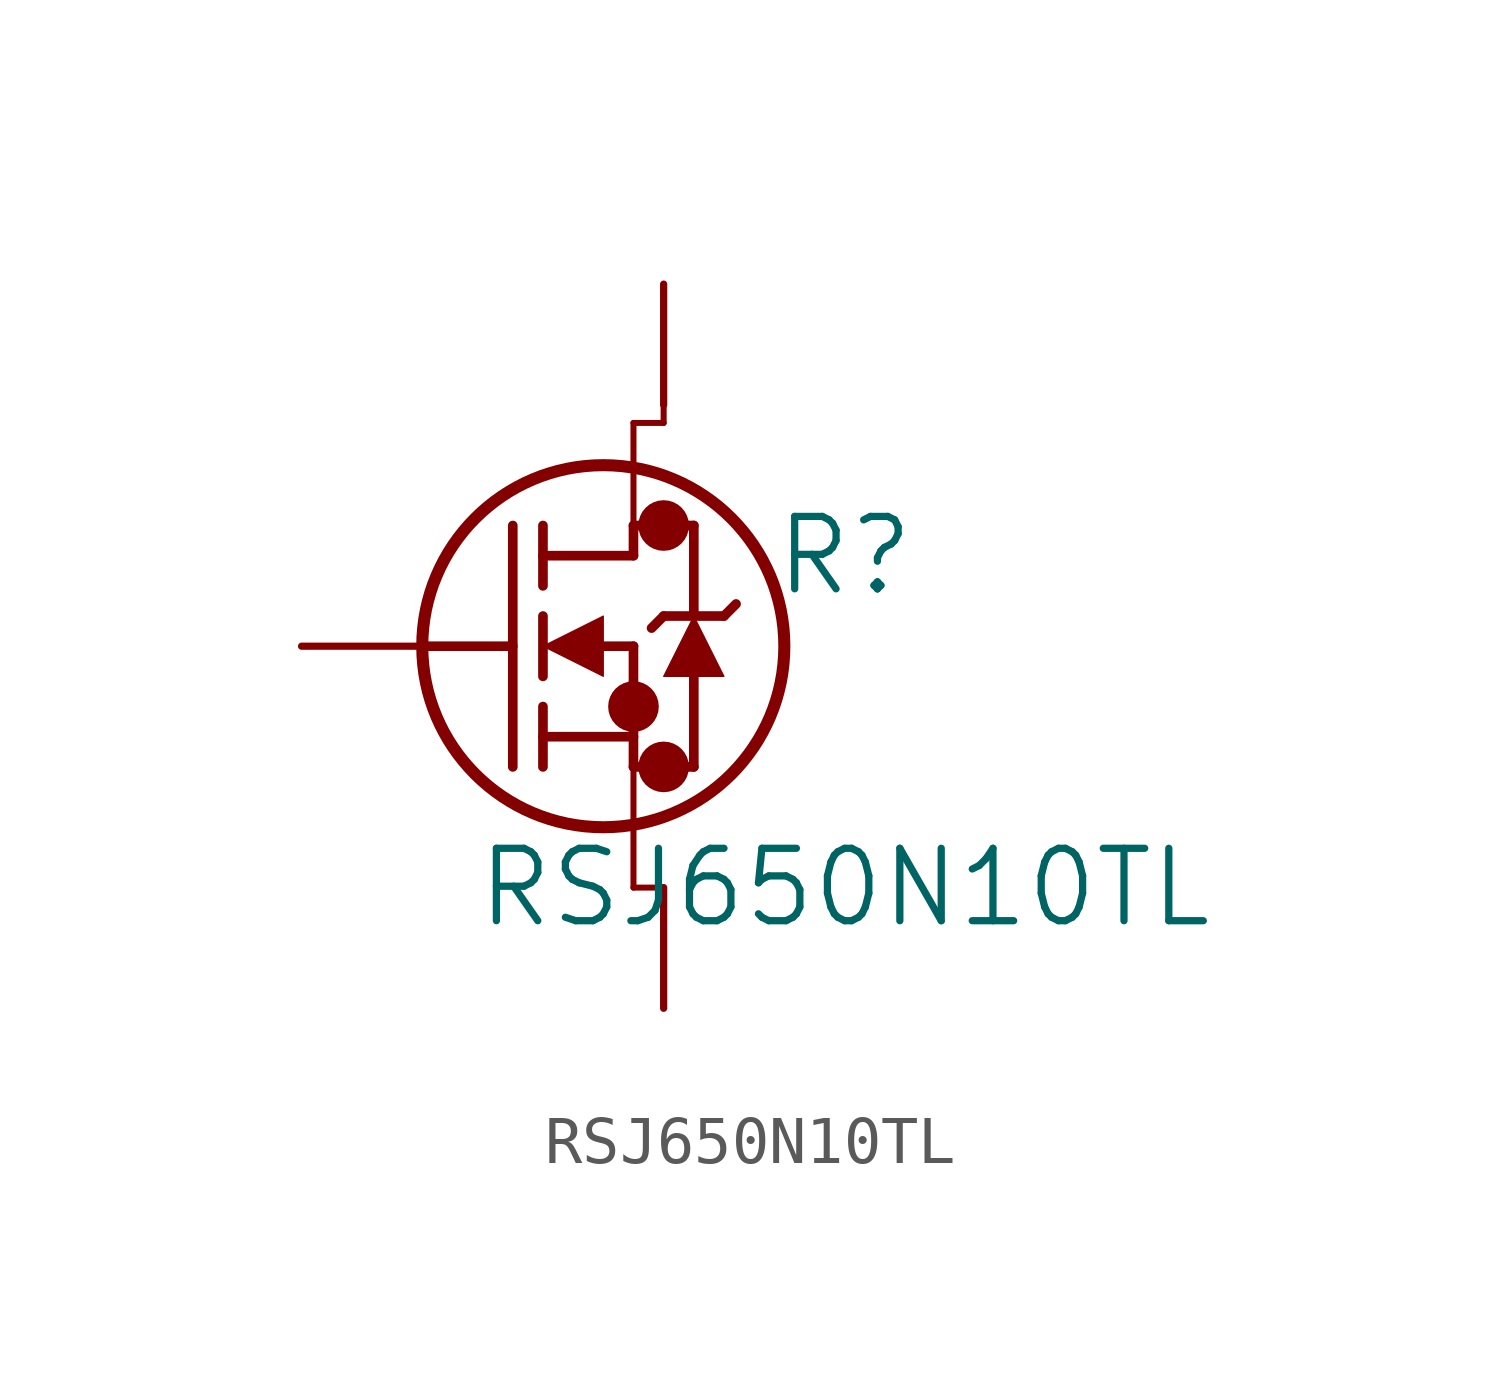
<source format=kicad_sym>
(kicad_symbol_lib
  (version 20211014)
  (generator kicad_symbol_editor)
  (symbol "RSJ650N10TL"
    (pin_numbers hide)
    (pin_names
      (offset 0) hide)
    (property "Reference" "R"
      (at 11.43 1.905 0)
      (effects (font (size 1.524 1.524))))
    (property "Value" "RSJ650N10TL"
      (at 11.43 -5.08 0)
      (effects (font (size 1.524 1.524))))
    (property "Datasheet" ""
      (at 0 0 0)
      (effects (font (size 1.524 1.524))))
    (property "ki_locked" ""
      (at 0 0 0)
      (effects (font (size 1.27 1.27))))
    (symbol "RSJ650N10TL_1_1"
      (polyline (pts (xy 2.54 0) (xy 4.445 0)) (stroke (width 0.203) (type default) (color 0 0 0 0)) (fill (type none)))
      (polyline (pts (xy 4.445 -2.54) (xy 4.445 2.54)) (stroke (width 0.203) (type default) (color 0 0 0 0)) (fill (type none)))
      (polyline (pts (xy 5.08 -2.54) (xy 5.08 -1.27)) (stroke (width 0.203) (type default) (color 0 0 0 0)) (fill (type none)))
      (polyline (pts (xy 5.08 -1.905) (xy 6.985 -1.905)) (stroke (width 0.203) (type default) (color 0 0 0 0)) (fill (type none)))
      (polyline (pts (xy 5.08 -0.635) (xy 5.08 0.635)) (stroke (width 0.203) (type default) (color 0 0 0 0)) (fill (type none)))
      (polyline (pts (xy 5.08 1.27) (xy 5.08 2.54)) (stroke (width 0.203) (type default) (color 0 0 0 0)) (fill (type none)))
      (polyline (pts (xy 5.08 1.905) (xy 6.985 1.905)) (stroke (width 0.203) (type default) (color 0 0 0 0)) (fill (type none)))
      (polyline (pts (xy 6.35 0) (xy 6.985 0)) (stroke (width 0.203) (type default) (color 0 0 0 0)) (fill (type none)))
      (polyline (pts (xy 6.985 -5.08) (xy 7.62 -5.08)) (stroke (width 0.127) (type default) (color 0 0 0 0)) (fill (type none)))
      (polyline (pts (xy 6.985 -2.54) (xy 6.985 -5.08)) (stroke (width 0.127) (type default) (color 0 0 0 0)) (fill (type none)))
      (polyline (pts (xy 6.985 -2.54) (xy 6.985 0)) (stroke (width 0.203) (type default) (color 0 0 0 0)) (fill (type none)))
      (polyline (pts (xy 6.985 -2.54) (xy 8.255 -2.54)) (stroke (width 0.203) (type default) (color 0 0 0 0)) (fill (type none)))
      (polyline (pts (xy 6.985 1.905) (xy 6.985 2.54)) (stroke (width 0.203) (type default) (color 0 0 0 0)) (fill (type none)))
      (polyline (pts (xy 6.985 2.54) (xy 6.985 4.699)) (stroke (width 0.127) (type default) (color 0 0 0 0)) (fill (type none)))
      (polyline (pts (xy 6.985 2.54) (xy 8.255 2.54)) (stroke (width 0.203) (type default) (color 0 0 0 0)) (fill (type none)))
      (polyline (pts (xy 6.985 4.699) (xy 7.62 4.699)) (stroke (width 0.127) (type default) (color 0 0 0 0)) (fill (type none)))
      (polyline (pts (xy 7.62 0.635) (xy 7.366 0.381)) (stroke (width 0.203) (type default) (color 0 0 0 0)) (fill (type none)))
      (polyline (pts (xy 7.62 4.699) (xy 7.62 5.08)) (stroke (width 0.127) (type default) (color 0 0 0 0)) (fill (type none)))
      (polyline (pts (xy 8.255 -2.54) (xy 8.255 -0.635)) (stroke (width 0.203) (type default) (color 0 0 0 0)) (fill (type none)))
      (polyline (pts (xy 8.255 0.635) (xy 8.255 2.54)) (stroke (width 0.203) (type default) (color 0 0 0 0)) (fill (type none)))
      (polyline (pts (xy 8.89 0.635) (xy 7.62 0.635)) (stroke (width 0.203) (type default) (color 0 0 0 0)) (fill (type none)))
      (polyline (pts (xy 9.144 0.889) (xy 8.89 0.635)) (stroke (width 0.203) (type default) (color 0 0 0 0)) (fill (type none)))
      (polyline (pts (xy 6.35 0.635) (xy 5.08 0) (xy 6.35 -0.635) (xy 6.35 0.635)) (stroke (width 0.025) (type default) (color 0 0 0 0)) (fill (type outline)))
      (polyline (pts (xy 8.89 -0.635) (xy 7.62 -0.635) (xy 8.255 0.635) (xy 8.89 -0.635)) (stroke (width 0.025) (type default) (color 0 0 0 0)) (fill (type outline)))
      (circle (center 6.35 0) (radius 3.81) (stroke (width 0.254) (type default) (color 0 0 0 0)) (fill (type none)))
      (circle (center 6.985 -1.27) (radius 0.025) (stroke (width 0.508) (type default) (color 0 0 0 0)) (fill (type none)))
      (circle (center 7.62 -2.54) (radius 0.025) (stroke (width 0.508) (type default) (color 0 0 0 0)) (fill (type none)))
      (circle (center 7.62 2.54) (radius 0.025) (stroke (width 0.508) (type default) (color 0 0 0 0)) (fill (type none)))
      (pin unspecified line (at 7.62 7.62 270) (length 2.54) (name "2" (effects (font (size 1.499 1.499)))) (number "1" (effects (font (size 1.499 1.499)))))
      (pin unspecified line (at 0 0 0) (length 2.54) (name "1" (effects (font (size 1.499 1.499)))) (number "2" (effects (font (size 1.499 1.499)))))
      (pin unspecified line (at 7.62 -7.62 90) (length 2.54) (name "3" (effects (font (size 1.499 1.499)))) (number "3" (effects (font (size 1.499 1.499))))))))
</source>
